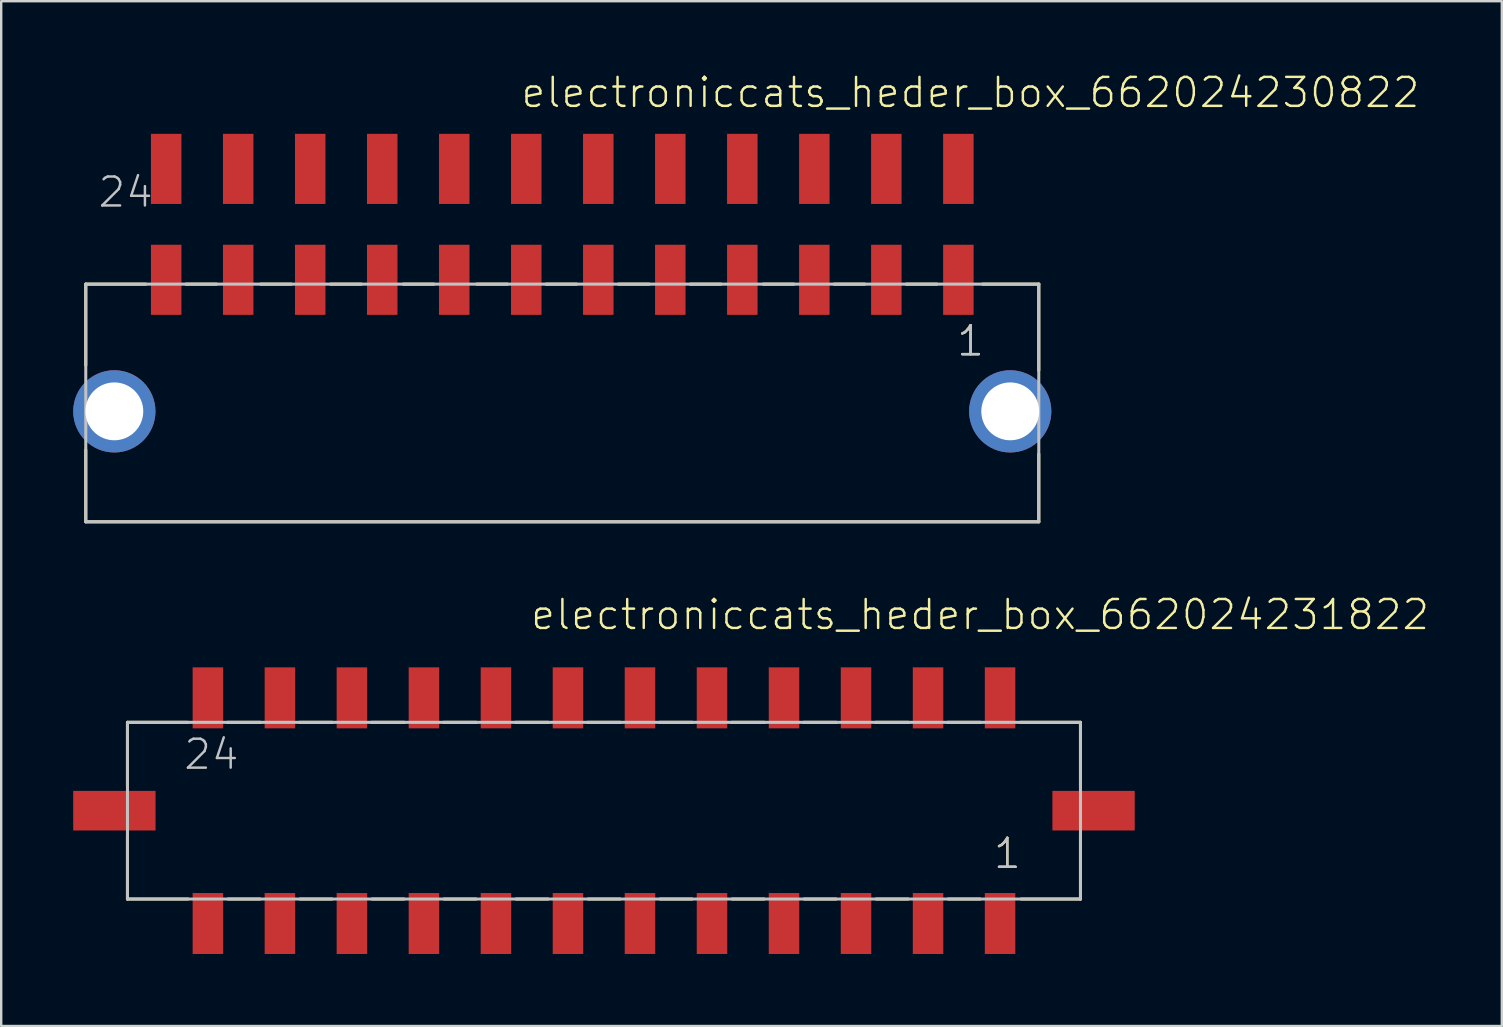
<source format=kicad_pcb>
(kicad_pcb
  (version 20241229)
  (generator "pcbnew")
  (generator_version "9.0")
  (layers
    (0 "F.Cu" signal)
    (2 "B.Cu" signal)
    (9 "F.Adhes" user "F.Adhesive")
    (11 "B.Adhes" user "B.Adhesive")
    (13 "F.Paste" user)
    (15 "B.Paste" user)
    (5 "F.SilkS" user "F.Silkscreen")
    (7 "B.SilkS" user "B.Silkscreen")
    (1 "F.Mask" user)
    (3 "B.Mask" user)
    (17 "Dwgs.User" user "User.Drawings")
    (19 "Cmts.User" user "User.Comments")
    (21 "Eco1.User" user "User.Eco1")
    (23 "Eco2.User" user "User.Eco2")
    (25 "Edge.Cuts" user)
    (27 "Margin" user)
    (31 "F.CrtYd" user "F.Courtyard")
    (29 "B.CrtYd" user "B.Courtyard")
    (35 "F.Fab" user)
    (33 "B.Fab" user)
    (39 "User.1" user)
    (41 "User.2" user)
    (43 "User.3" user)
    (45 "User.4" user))
  (footprint "electroniccats_heder_box_662024231822"
    (layer "F.Cu")
    (at 22.11 30.721)
    (property "Reference" "electroniccats_heder_box_662024231822" (at -3.12 -7.46 0) (layer "F.SilkS") (effects (font (size 1.206 1.206) (thickness 0.102)) (justify left bottom)))
    (attr through_hole)
    (fp_line (start -19.85 -3.68) (end -19.85 -1.02) (stroke (width 0.127) (type solid)) (layer "F.SilkS"))
    (fp_line (start -19.85 1.01) (end -19.85 3.68) (stroke (width 0.127) (type solid)) (layer "F.SilkS"))
    (fp_line (start -17.33 -3.68) (end -19.85 -3.68) (stroke (width 0.127) (type solid)) (layer "F.SilkS"))
    (fp_line (start -17.33 3.68) (end -19.85 3.68) (stroke (width 0.127) (type solid)) (layer "F.SilkS"))
    (fp_line (start -15.69 -3.68) (end -14.31 -3.68) (stroke (width 0.127) (type solid)) (layer "F.SilkS"))
    (fp_line (start -15.66 3.68) (end -14.33 3.68) (stroke (width 0.127) (type solid)) (layer "F.SilkS"))
    (fp_line (start -12.69 -3.68) (end -11.31 -3.68) (stroke (width 0.127) (type solid)) (layer "F.SilkS"))
    (fp_line (start -12.66 3.68) (end -11.33 3.68) (stroke (width 0.127) (type solid)) (layer "F.SilkS"))
    (fp_line (start -9.69 -3.68) (end -8.31 -3.68) (stroke (width 0.127) (type solid)) (layer "F.SilkS"))
    (fp_line (start -9.66 3.68) (end -8.33 3.68) (stroke (width 0.127) (type solid)) (layer "F.SilkS"))
    (fp_line (start -6.69 -3.68) (end -5.31 -3.68) (stroke (width 0.127) (type solid)) (layer "F.SilkS"))
    (fp_line (start -6.66 3.68) (end -5.33 3.68) (stroke (width 0.127) (type solid)) (layer "F.SilkS"))
    (fp_line (start -3.69 -3.68) (end -2.31 -3.68) (stroke (width 0.127) (type solid)) (layer "F.SilkS"))
    (fp_line (start -3.66 3.68) (end -2.33 3.68) (stroke (width 0.127) (type solid)) (layer "F.SilkS"))
    (fp_line (start -0.69 -3.68) (end 0.69 -3.68) (stroke (width 0.127) (type solid)) (layer "F.SilkS"))
    (fp_line (start -0.66 3.68) (end 0.67 3.68) (stroke (width 0.127) (type solid)) (layer "F.SilkS"))
    (fp_line (start 2.31 -3.68) (end 3.69 -3.68) (stroke (width 0.127) (type solid)) (layer "F.SilkS"))
    (fp_line (start 2.34 3.68) (end 3.67 3.68) (stroke (width 0.127) (type solid)) (layer "F.SilkS"))
    (fp_line (start 5.31 -3.68) (end 6.69 -3.68) (stroke (width 0.127) (type solid)) (layer "F.SilkS"))
    (fp_line (start 5.34 3.68) (end 6.67 3.68) (stroke (width 0.127) (type solid)) (layer "F.SilkS"))
    (fp_line (start 8.31 -3.68) (end 9.69 -3.68) (stroke (width 0.127) (type solid)) (layer "F.SilkS"))
    (fp_line (start 8.34 3.68) (end 9.67 3.68) (stroke (width 0.127) (type solid)) (layer "F.SilkS"))
    (fp_line (start 11.31 -3.68) (end 12.69 -3.68) (stroke (width 0.127) (type solid)) (layer "F.SilkS"))
    (fp_line (start 11.34 3.68) (end 12.67 3.68) (stroke (width 0.127) (type solid)) (layer "F.SilkS"))
    (fp_line (start 14.31 -3.68) (end 15.69 -3.68) (stroke (width 0.127) (type solid)) (layer "F.SilkS"))
    (fp_line (start 14.34 3.68) (end 15.67 3.68) (stroke (width 0.127) (type solid)) (layer "F.SilkS"))
    (fp_line (start 17.34 -3.68) (end 19.85 -3.68) (stroke (width 0.127) (type solid)) (layer "F.SilkS"))
    (fp_line (start 19.85 -3.68) (end 19.85 -1.02) (stroke (width 0.127) (type solid)) (layer "F.SilkS"))
    (fp_line (start 19.85 1.01) (end 19.85 3.68) (stroke (width 0.127) (type solid)) (layer "F.SilkS"))
    (fp_line (start 19.85 3.68) (end 17.38 3.68) (stroke (width 0.127) (type solid)) (layer "F.SilkS"))
    (fp_line (start -19.85 -3.68) (end 19.85 -3.68) (stroke (width 0.127) (type solid)) (layer "Dwgs.User"))
    (fp_line (start -19.85 3.68) (end -19.85 -3.68) (stroke (width 0.127) (type solid)) (layer "Dwgs.User"))
    (fp_line (start 19.85 -3.68) (end 19.85 3.68) (stroke (width 0.127) (type solid)) (layer "Dwgs.User"))
    (fp_line (start 19.85 3.68) (end -19.85 3.68) (stroke (width 0.127) (type solid)) (layer "Dwgs.User"))
    (fp_text user "1" (at 16.16 2.49 0) (layer "F.SilkS") (effects (font (size 1.206 1.206) (thickness 0.102)) (justify left bottom)))
    (fp_text user "1" (at 16.16 2.49 0) (layer "Dwgs.User") (effects (font (size 1.206 1.206) (thickness 0.102)) (justify left bottom)))
    (fp_text user "24" (at -17.57 -1.64 0) (layer "Dwgs.User") (effects (font (size 1.206 1.206) (thickness 0.102)) (justify left bottom)))
    (pad "1" smd rect (at 16.5 4.7 90) (size 2.54 1.27) (layers "F.Cu" "F.Mask" "F.Paste"))
    (pad "2" smd rect (at 13.5 4.7 90) (size 2.54 1.27) (layers "F.Cu" "F.Mask" "F.Paste"))
    (pad "3" smd rect (at 10.5 4.7 90) (size 2.54 1.27) (layers "F.Cu" "F.Mask" "F.Paste"))
    (pad "4" smd rect (at 7.5 4.7 90) (size 2.54 1.27) (layers "F.Cu" "F.Mask" "F.Paste"))
    (pad "5" smd rect (at 4.5 4.7 90) (size 2.54 1.27) (layers "F.Cu" "F.Mask" "F.Paste"))
    (pad "6" smd rect (at 1.5 4.7 90) (size 2.54 1.27) (layers "F.Cu" "F.Mask" "F.Paste"))
    (pad "7" smd rect (at -1.5 4.7 90) (size 2.54 1.27) (layers "F.Cu" "F.Mask" "F.Paste"))
    (pad "8" smd rect (at -4.5 4.7 90) (size 2.54 1.27) (layers "F.Cu" "F.Mask" "F.Paste"))
    (pad "9" smd rect (at -7.5 4.7 90) (size 2.54 1.27) (layers "F.Cu" "F.Mask" "F.Paste"))
    (pad "10" smd rect (at -10.5 4.7 90) (size 2.54 1.27) (layers "F.Cu" "F.Mask" "F.Paste"))
    (pad "11" smd rect (at -13.5 4.7 90) (size 2.54 1.27) (layers "F.Cu" "F.Mask" "F.Paste"))
    (pad "12" smd rect (at -16.5 4.7 90) (size 2.54 1.27) (layers "F.Cu" "F.Mask" "F.Paste"))
    (pad "13" smd rect (at 16.5 -4.7 90) (size 2.54 1.27) (layers "F.Cu" "F.Mask" "F.Paste"))
    (pad "14" smd rect (at 13.5 -4.7 90) (size 2.54 1.27) (layers "F.Cu" "F.Mask" "F.Paste"))
    (pad "15" smd rect (at 10.5 -4.7 90) (size 2.54 1.27) (layers "F.Cu" "F.Mask" "F.Paste"))
    (pad "16" smd rect (at 7.5 -4.7 90) (size 2.54 1.27) (layers "F.Cu" "F.Mask" "F.Paste"))
    (pad "17" smd rect (at 4.5 -4.7 90) (size 2.54 1.27) (layers "F.Cu" "F.Mask" "F.Paste"))
    (pad "18" smd rect (at 1.5 -4.7 90) (size 2.54 1.27) (layers "F.Cu" "F.Mask" "F.Paste"))
    (pad "19" smd rect (at -1.5 -4.7 90) (size 2.54 1.27) (layers "F.Cu" "F.Mask" "F.Paste"))
    (pad "20" smd rect (at -4.5 -4.7 90) (size 2.54 1.27) (layers "F.Cu" "F.Mask" "F.Paste"))
    (pad "21" smd rect (at -7.5 -4.7 90) (size 2.54 1.27) (layers "F.Cu" "F.Mask" "F.Paste"))
    (pad "22" smd rect (at -10.5 -4.7 90) (size 2.54 1.27) (layers "F.Cu" "F.Mask" "F.Paste"))
    (pad "23" smd rect (at -13.5 -4.7 90) (size 2.54 1.27) (layers "F.Cu" "F.Mask" "F.Paste"))
    (pad "24" smd rect (at -16.5 -4.7 90) (size 2.54 1.27) (layers "F.Cu" "F.Mask" "F.Paste"))
    (pad "M1" smd rect (at 20.395 0 180) (size 3.43 1.65) (layers "F.Cu" "F.Mask" "F.Paste"))
    (pad "M2" smd rect (at -20.395 0 180) (size 3.43 1.65) (layers "F.Cu" "F.Mask" "F.Paste")))
  (footprint "electroniccats_heder_box_662024230822"
    (layer "F.Cu")
    (at 20.373 14.086)
    (property "Reference" "electroniccats_heder_box_662024230822" (at -1.785 -12.575 0) (layer "F.SilkS") (effects (font (size 1.206 1.206) (thickness 0.102)) (justify left bottom)))
    (attr through_hole)
    (fp_line (start -19.85 -5.3) (end -19.85 -1.92) (stroke (width 0.127) (type solid)) (layer "F.SilkS"))
    (fp_line (start -19.85 1.61) (end -19.85 4.6) (stroke (width 0.127) (type solid)) (layer "F.SilkS"))
    (fp_line (start -19.85 4.6) (end 19.85 4.6) (stroke (width 0.127) (type solid)) (layer "F.SilkS"))
    (fp_line (start -17.35 -5.3) (end -19.85 -5.3) (stroke (width 0.127) (type solid)) (layer "F.SilkS"))
    (fp_line (start -15.68 -5.3) (end -14.4 -5.3) (stroke (width 0.127) (type solid)) (layer "F.SilkS"))
    (fp_line (start -12.57 -5.3) (end -11.29 -5.3) (stroke (width 0.127) (type solid)) (layer "F.SilkS"))
    (fp_line (start -9.65 -5.3) (end -8.37 -5.3) (stroke (width 0.127) (type solid)) (layer "F.SilkS"))
    (fp_line (start -6.63 -5.3) (end -5.35 -5.3) (stroke (width 0.127) (type solid)) (layer "F.SilkS"))
    (fp_line (start -3.56 -5.3) (end -2.28 -5.3) (stroke (width 0.127) (type solid)) (layer "F.SilkS"))
    (fp_line (start -0.68 -5.3) (end 0.6 -5.3) (stroke (width 0.127) (type solid)) (layer "F.SilkS"))
    (fp_line (start 2.34 -5.3) (end 3.62 -5.3) (stroke (width 0.127) (type solid)) (layer "F.SilkS"))
    (fp_line (start 5.33 -5.3) (end 6.61 -5.3) (stroke (width 0.127) (type solid)) (layer "F.SilkS"))
    (fp_line (start 8.37 -5.3) (end 9.65 -5.3) (stroke (width 0.127) (type solid)) (layer "F.SilkS"))
    (fp_line (start 11.32 -5.3) (end 12.6 -5.3) (stroke (width 0.127) (type solid)) (layer "F.SilkS"))
    (fp_line (start 14.33 -5.3) (end 15.61 -5.3) (stroke (width 0.127) (type solid)) (layer "F.SilkS"))
    (fp_line (start 17.51 -5.3) (end 19.85 -5.3) (stroke (width 0.127) (type solid)) (layer "F.SilkS"))
    (fp_line (start 19.85 -5.3) (end 19.85 -1.71) (stroke (width 0.127) (type solid)) (layer "F.SilkS"))
    (fp_line (start 19.85 4.6) (end 19.85 1.78) (stroke (width 0.127) (type solid)) (layer "F.SilkS"))
    (fp_line (start -19.85 -5.3) (end 19.85 -5.3) (stroke (width 0.127) (type solid)) (layer "Dwgs.User"))
    (fp_line (start -19.85 4.6) (end -19.85 -5.3) (stroke (width 0.127) (type solid)) (layer "Dwgs.User"))
    (fp_line (start 19.85 -5.3) (end 19.85 4.6) (stroke (width 0.127) (type solid)) (layer "Dwgs.User"))
    (fp_line (start 19.85 4.6) (end -19.85 4.6) (stroke (width 0.127) (type solid)) (layer "Dwgs.User"))
    (fp_text user "1" (at 16.365 -2.23 0) (layer "F.SilkS") (effects (font (size 1.206 1.206) (thickness 0.102)) (justify left bottom)))
    (fp_text user "1" (at 16.365 -2.23 0) (layer "Dwgs.User") (effects (font (size 1.206 1.206) (thickness 0.102)) (justify left bottom)))
    (fp_text user "24" (at -19.405 -8.425 0) (layer "Dwgs.User") (effects (font (size 1.206 1.206) (thickness 0.102)) (justify left bottom)))
    (pad "1" smd rect (at 16.5 -5.48 90) (size 2.92 1.27) (layers "F.Cu" "F.Mask" "F.Paste"))
    (pad "2" smd rect (at 13.5 -5.48 90) (size 2.92 1.27) (layers "F.Cu" "F.Mask" "F.Paste"))
    (pad "3" smd rect (at 10.5 -5.48 90) (size 2.92 1.27) (layers "F.Cu" "F.Mask" "F.Paste"))
    (pad "4" smd rect (at 7.5 -5.48 90) (size 2.92 1.27) (layers "F.Cu" "F.Mask" "F.Paste"))
    (pad "5" smd rect (at 4.5 -5.48 90) (size 2.92 1.27) (layers "F.Cu" "F.Mask" "F.Paste"))
    (pad "6" smd rect (at 1.5 -5.48 90) (size 2.92 1.27) (layers "F.Cu" "F.Mask" "F.Paste"))
    (pad "7" smd rect (at -1.5 -5.48 90) (size 2.92 1.27) (layers "F.Cu" "F.Mask" "F.Paste"))
    (pad "8" smd rect (at -4.5 -5.48 90) (size 2.92 1.27) (layers "F.Cu" "F.Mask" "F.Paste"))
    (pad "9" smd rect (at -7.5 -5.48 90) (size 2.92 1.27) (layers "F.Cu" "F.Mask" "F.Paste"))
    (pad "10" smd rect (at -10.5 -5.48 90) (size 2.92 1.27) (layers "F.Cu" "F.Mask" "F.Paste"))
    (pad "11" smd rect (at -13.5 -5.48 90) (size 2.92 1.27) (layers "F.Cu" "F.Mask" "F.Paste"))
    (pad "12" smd rect (at -16.5 -5.48 90) (size 2.92 1.27) (layers "F.Cu" "F.Mask" "F.Paste"))
    (pad "13" smd rect (at 16.5 -10.1 90) (size 2.92 1.27) (layers "F.Cu" "F.Mask" "F.Paste"))
    (pad "14" smd rect (at 13.5 -10.1 90) (size 2.92 1.27) (layers "F.Cu" "F.Mask" "F.Paste"))
    (pad "15" smd rect (at 10.5 -10.1 90) (size 2.92 1.27) (layers "F.Cu" "F.Mask" "F.Paste"))
    (pad "16" smd rect (at 7.5 -10.1 90) (size 2.92 1.27) (layers "F.Cu" "F.Mask" "F.Paste"))
    (pad "17" smd rect (at 4.5 -10.1 90) (size 2.92 1.27) (layers "F.Cu" "F.Mask" "F.Paste"))
    (pad "18" smd rect (at 1.5 -10.1 90) (size 2.92 1.27) (layers "F.Cu" "F.Mask" "F.Paste"))
    (pad "19" smd rect (at -1.5 -10.1 90) (size 2.92 1.27) (layers "F.Cu" "F.Mask" "F.Paste"))
    (pad "20" smd rect (at -4.5 -10.1 90) (size 2.92 1.27) (layers "F.Cu" "F.Mask" "F.Paste"))
    (pad "21" smd rect (at -7.5 -10.1 90) (size 2.92 1.27) (layers "F.Cu" "F.Mask" "F.Paste"))
    (pad "22" smd rect (at -10.5 -10.1 90) (size 2.92 1.27) (layers "F.Cu" "F.Mask" "F.Paste"))
    (pad "23" smd rect (at -13.5 -10.1 90) (size 2.92 1.27) (layers "F.Cu" "F.Mask" "F.Paste"))
    (pad "24" smd rect (at -16.5 -10.1 90) (size 2.92 1.27) (layers "F.Cu" "F.Mask" "F.Paste"))
    (pad "Z1" thru_hole circle (at -18.66 0) (size 3.426 3.426) (drill 2.41) (layers "*.Cu" "*.Mask"))
    (pad "Z2" thru_hole circle (at 18.66 0) (size 3.426 3.426) (drill 2.41) (layers "*.Cu" "*.Mask")))
  (gr_rect
    (start -3 -3)
    (end 59.512 39.691)
    (stroke (width 0.1) (type default))
    (fill no)
    (layer "Edge.Cuts")))
</source>
